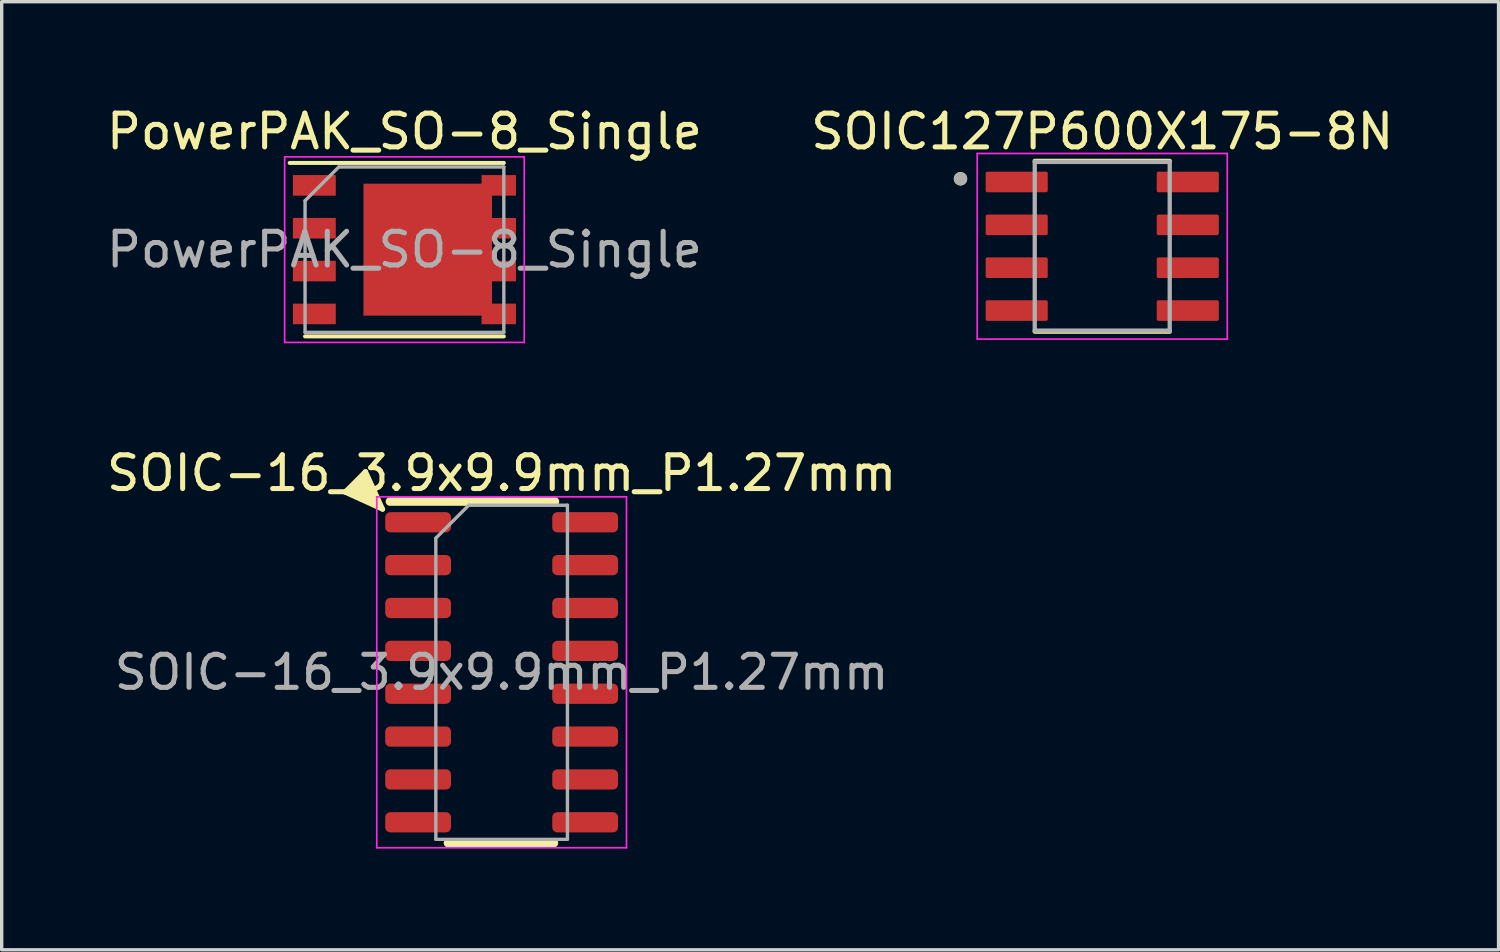
<source format=kicad_pcb>
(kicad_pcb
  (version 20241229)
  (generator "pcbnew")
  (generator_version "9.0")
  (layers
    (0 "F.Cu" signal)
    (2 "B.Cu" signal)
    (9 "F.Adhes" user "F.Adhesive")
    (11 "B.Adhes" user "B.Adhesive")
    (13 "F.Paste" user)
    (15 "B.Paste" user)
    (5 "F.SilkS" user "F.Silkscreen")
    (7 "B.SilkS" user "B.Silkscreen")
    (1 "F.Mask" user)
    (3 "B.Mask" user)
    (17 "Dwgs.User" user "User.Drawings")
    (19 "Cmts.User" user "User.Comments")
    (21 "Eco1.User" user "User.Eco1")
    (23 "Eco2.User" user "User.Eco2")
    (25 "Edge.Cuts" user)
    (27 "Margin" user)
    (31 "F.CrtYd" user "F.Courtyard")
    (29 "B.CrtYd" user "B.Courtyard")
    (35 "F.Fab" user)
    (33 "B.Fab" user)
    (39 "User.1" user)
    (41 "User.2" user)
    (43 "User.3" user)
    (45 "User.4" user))
  (footprint "SOIC-16_3.9x9.9mm_P1.27mm"
    (layer "F.Cu")
    (at 11.815 16.872)
    (property "Reference" "SOIC-16_3.9x9.9mm_P1.27mm" (at 0 -5.9 0) (layer "F.SilkS") (effects (font (size 1 1) (thickness 0.15))))
    (attr smd)
    (fp_line (start 0 -5.06) (end -3.31 -5.06) (stroke (width 0.254) (type solid)) (layer "F.SilkS"))
    (fp_line (start 0 -5.06) (end 1.58 -5.06) (stroke (width 0.254) (type solid)) (layer "F.SilkS"))
    (fp_line (start 0 5.06) (end -1.59 5.06) (stroke (width 0.254) (type solid)) (layer "F.SilkS"))
    (fp_line (start 0 5.06) (end 1.55 5.06) (stroke (width 0.254) (type solid)) (layer "F.SilkS"))
    (fp_line (start -3.7 -5.2) (end -3.7 5.2) (stroke (width 0.05) (type solid)) (layer "F.CrtYd"))
    (fp_line (start -3.7 5.2) (end 3.7 5.2) (stroke (width 0.05) (type solid)) (layer "F.CrtYd"))
    (fp_line (start 3.7 -5.2) (end -3.7 -5.2) (stroke (width 0.05) (type solid)) (layer "F.CrtYd"))
    (fp_line (start 3.7 5.2) (end 3.7 -5.2) (stroke (width 0.05) (type solid)) (layer "F.CrtYd"))
    (fp_line (start -1.95 -3.975) (end -0.975 -4.95) (stroke (width 0.1) (type solid)) (layer "F.Fab"))
    (fp_line (start -1.95 4.95) (end -1.95 -3.975) (stroke (width 0.1) (type solid)) (layer "F.Fab"))
    (fp_line (start -0.975 -4.95) (end 1.95 -4.95) (stroke (width 0.1) (type solid)) (layer "F.Fab"))
    (fp_line (start 1.95 -4.95) (end 1.95 4.95) (stroke (width 0.1) (type solid)) (layer "F.Fab"))
    (fp_line (start 1.95 4.95) (end -1.95 4.95) (stroke (width 0.1) (type solid)) (layer "F.Fab"))
    (fp_text user "▶" (at -3.88 -5.29 315) (layer "F.SilkS") (effects (font (size 1 1.5) (thickness 0.15))))
    (fp_text user "${REFERENCE}" (at 0 0 0) (layer "F.Fab") (effects (font (size 0.98 0.98) (thickness 0.15))))
    (pad "1" smd roundrect (at -2.475 -4.445) (size 1.95 0.6) (layers "F.Cu" "F.Mask" "F.Paste") (roundrect_rratio 0.25))
    (pad "2" smd roundrect (at -2.475 -3.175) (size 1.95 0.6) (layers "F.Cu" "F.Mask" "F.Paste") (roundrect_rratio 0.25))
    (pad "3" smd roundrect (at -2.475 -1.905) (size 1.95 0.6) (layers "F.Cu" "F.Mask" "F.Paste") (roundrect_rratio 0.25))
    (pad "4" smd roundrect (at -2.475 -0.635) (size 1.95 0.6) (layers "F.Cu" "F.Mask" "F.Paste") (roundrect_rratio 0.25))
    (pad "5" smd roundrect (at -2.475 0.635) (size 1.95 0.6) (layers "F.Cu" "F.Mask" "F.Paste") (roundrect_rratio 0.25))
    (pad "6" smd roundrect (at -2.475 1.905) (size 1.95 0.6) (layers "F.Cu" "F.Mask" "F.Paste") (roundrect_rratio 0.25))
    (pad "7" smd roundrect (at -2.475 3.175) (size 1.95 0.6) (layers "F.Cu" "F.Mask" "F.Paste") (roundrect_rratio 0.25))
    (pad "8" smd roundrect (at -2.475 4.445) (size 1.95 0.6) (layers "F.Cu" "F.Mask" "F.Paste") (roundrect_rratio 0.25))
    (pad "9" smd roundrect (at 2.475 4.445) (size 1.95 0.6) (layers "F.Cu" "F.Mask" "F.Paste") (roundrect_rratio 0.25))
    (pad "10" smd roundrect (at 2.475 3.175) (size 1.95 0.6) (layers "F.Cu" "F.Mask" "F.Paste") (roundrect_rratio 0.25))
    (pad "11" smd roundrect (at 2.475 1.905) (size 1.95 0.6) (layers "F.Cu" "F.Mask" "F.Paste") (roundrect_rratio 0.25))
    (pad "12" smd roundrect (at 2.475 0.635) (size 1.95 0.6) (layers "F.Cu" "F.Mask" "F.Paste") (roundrect_rratio 0.25))
    (pad "13" smd roundrect (at 2.475 -0.635) (size 1.95 0.6) (layers "F.Cu" "F.Mask" "F.Paste") (roundrect_rratio 0.25))
    (pad "14" smd roundrect (at 2.475 -1.905) (size 1.95 0.6) (layers "F.Cu" "F.Mask" "F.Paste") (roundrect_rratio 0.25))
    (pad "15" smd roundrect (at 2.475 -3.175) (size 1.95 0.6) (layers "F.Cu" "F.Mask" "F.Paste") (roundrect_rratio 0.25))
    (pad "16" smd roundrect (at 2.475 -4.445) (size 1.95 0.6) (layers "F.Cu" "F.Mask" "F.Paste") (roundrect_rratio 0.25)))
  (footprint "PowerPAK_SO-8_Single"
    (layer "F.Cu")
    (at 8.935 4.348)
    (property "Reference" "PowerPAK_SO-8_Single" (at 0 -3.5 0) (layer "F.SilkS") (effects (font (size 1 1) (thickness 0.15))))
    (attr smd)
    (fp_line (start -3.4 -2.57) (end 2.945 -2.57) (stroke (width 0.12) (type solid)) (layer "F.SilkS"))
    (fp_line (start -2.945 2.57) (end 2.945 2.57) (stroke (width 0.12) (type solid)) (layer "F.SilkS"))
    (fp_line (start -3.55 -2.75) (end -3.55 2.75) (stroke (width 0.05) (type solid)) (layer "F.CrtYd"))
    (fp_line (start -3.55 -2.75) (end 3.55 -2.75) (stroke (width 0.05) (type solid)) (layer "F.CrtYd"))
    (fp_line (start -3.55 2.75) (end 3.55 2.75) (stroke (width 0.05) (type solid)) (layer "F.CrtYd"))
    (fp_line (start 3.55 -2.75) (end 3.55 2.75) (stroke (width 0.05) (type solid)) (layer "F.CrtYd"))
    (fp_line (start -2.945 2.45) (end -2.945 -1.45) (stroke (width 0.1) (type solid)) (layer "F.Fab"))
    (fp_line (start -1.945 -2.45) (end -2.945 -1.45) (stroke (width 0.1) (type solid)) (layer "F.Fab"))
    (fp_line (start -1.945 -2.45) (end 2.945 -2.45) (stroke (width 0.1) (type solid)) (layer "F.Fab"))
    (fp_line (start 2.945 -2.45) (end 2.945 2.45) (stroke (width 0.1) (type solid)) (layer "F.Fab"))
    (fp_line (start 2.945 2.45) (end -2.945 2.45) (stroke (width 0.1) (type solid)) (layer "F.Fab"))
    (fp_text user "${REFERENCE}" (at 0 0 0) (layer "F.Fab") (effects (font (size 1 1) (thickness 0.15))))
    (pad "1" smd rect (at -2.67 -1.905) (size 1.27 0.61) (layers "F.Cu" "F.Mask" "F.Paste"))
    (pad "2" smd rect (at -2.67 -0.635) (size 1.27 0.61) (layers "F.Cu" "F.Mask" "F.Paste"))
    (pad "3" smd rect (at -2.67 0.635) (size 1.27 0.61) (layers "F.Cu" "F.Mask" "F.Paste"))
    (pad "4" smd rect (at -2.67 1.905) (size 1.27 0.61) (layers "F.Cu" "F.Mask" "F.Paste"))
    (pad "5" smd rect (at 0.69 0) (size 3.81 3.91) (layers "F.Cu" "F.Mask" "F.Paste"))
    (pad "5" smd rect (at 2.795 -1.905) (size 1.02 0.61) (layers "F.Cu" "F.Mask" "F.Paste"))
    (pad "5" smd rect (at 2.795 -0.635) (size 1.02 0.61) (layers "F.Cu" "F.Mask" "F.Paste"))
    (pad "5" smd rect (at 2.795 0.635) (size 1.02 0.61) (layers "F.Cu" "F.Mask" "F.Paste"))
    (pad "5" smd rect (at 2.795 1.905) (size 1.02 0.61) (layers "F.Cu" "F.Mask" "F.Paste")))
  (footprint "SOIC127P600X175-8N"
    (layer "F.Cu")
    (at 29.613 4.248)
    (property "Reference" "SOIC127P600X175-8N" (at 0 -3.4 0) (layer "F.SilkS") (effects (font (size 1 1) (thickness 0.15))))
    (attr smd)
    (fp_line (start -2 -2.53) (end 2 -2.53) (stroke (width 0.127) (type solid)) (layer "F.SilkS"))
    (fp_line (start -2 2.53) (end 2 2.53) (stroke (width 0.127) (type solid)) (layer "F.SilkS"))
    (fp_circle (center -4.2 -2) (end -4.1 -2) (stroke (width 0.2) (type solid)) (fill no) (layer "F.SilkS"))
    (fp_line (start -3.705 -2.75) (end -3.705 2.75) (stroke (width 0.05) (type solid)) (layer "F.CrtYd"))
    (fp_line (start -3.705 -2.75) (end 3.705 -2.75) (stroke (width 0.05) (type solid)) (layer "F.CrtYd"))
    (fp_line (start -3.705 2.75) (end 3.705 2.75) (stroke (width 0.05) (type solid)) (layer "F.CrtYd"))
    (fp_line (start 3.705 -2.75) (end 3.705 2.75) (stroke (width 0.05) (type solid)) (layer "F.CrtYd"))
    (fp_line (start -2 -2.5) (end -2 2.5) (stroke (width 0.127) (type solid)) (layer "F.Fab"))
    (fp_line (start -2 -2.5) (end 2 -2.5) (stroke (width 0.127) (type solid)) (layer "F.Fab"))
    (fp_line (start -2 2.5) (end 2 2.5) (stroke (width 0.127) (type solid)) (layer "F.Fab"))
    (fp_line (start 2 -2.5) (end 2 2.5) (stroke (width 0.127) (type solid)) (layer "F.Fab"))
    (fp_circle (center -4.2 -2) (end -4.1 -2) (stroke (width 0.2) (type solid)) (fill no) (layer "F.Fab"))
    (pad "1" smd roundrect (at -2.535 -1.905) (size 1.84 0.61) (layers "F.Cu" "F.Mask" "F.Paste") (roundrect_rratio 0.08))
    (pad "2" smd roundrect (at -2.535 -0.635) (size 1.84 0.61) (layers "F.Cu" "F.Mask" "F.Paste") (roundrect_rratio 0.08))
    (pad "3" smd roundrect (at -2.535 0.635) (size 1.84 0.61) (layers "F.Cu" "F.Mask" "F.Paste") (roundrect_rratio 0.08))
    (pad "4" smd roundrect (at -2.535 1.905) (size 1.84 0.61) (layers "F.Cu" "F.Mask" "F.Paste") (roundrect_rratio 0.08))
    (pad "5" smd roundrect (at 2.535 1.905) (size 1.84 0.61) (layers "F.Cu" "F.Mask" "F.Paste") (roundrect_rratio 0.08))
    (pad "6" smd roundrect (at 2.535 0.635) (size 1.84 0.61) (layers "F.Cu" "F.Mask" "F.Paste") (roundrect_rratio 0.08))
    (pad "7" smd roundrect (at 2.535 -0.635) (size 1.84 0.61) (layers "F.Cu" "F.Mask" "F.Paste") (roundrect_rratio 0.08))
    (pad "8" smd roundrect (at 2.535 -1.905) (size 1.84 0.61) (layers "F.Cu" "F.Mask" "F.Paste") (roundrect_rratio 0.08)))
  (gr_rect
    (start -3 -3)
    (end 41.357 25.096)
    (stroke (width 0.1) (type default))
    (fill no)
    (layer "Edge.Cuts")))
</source>
